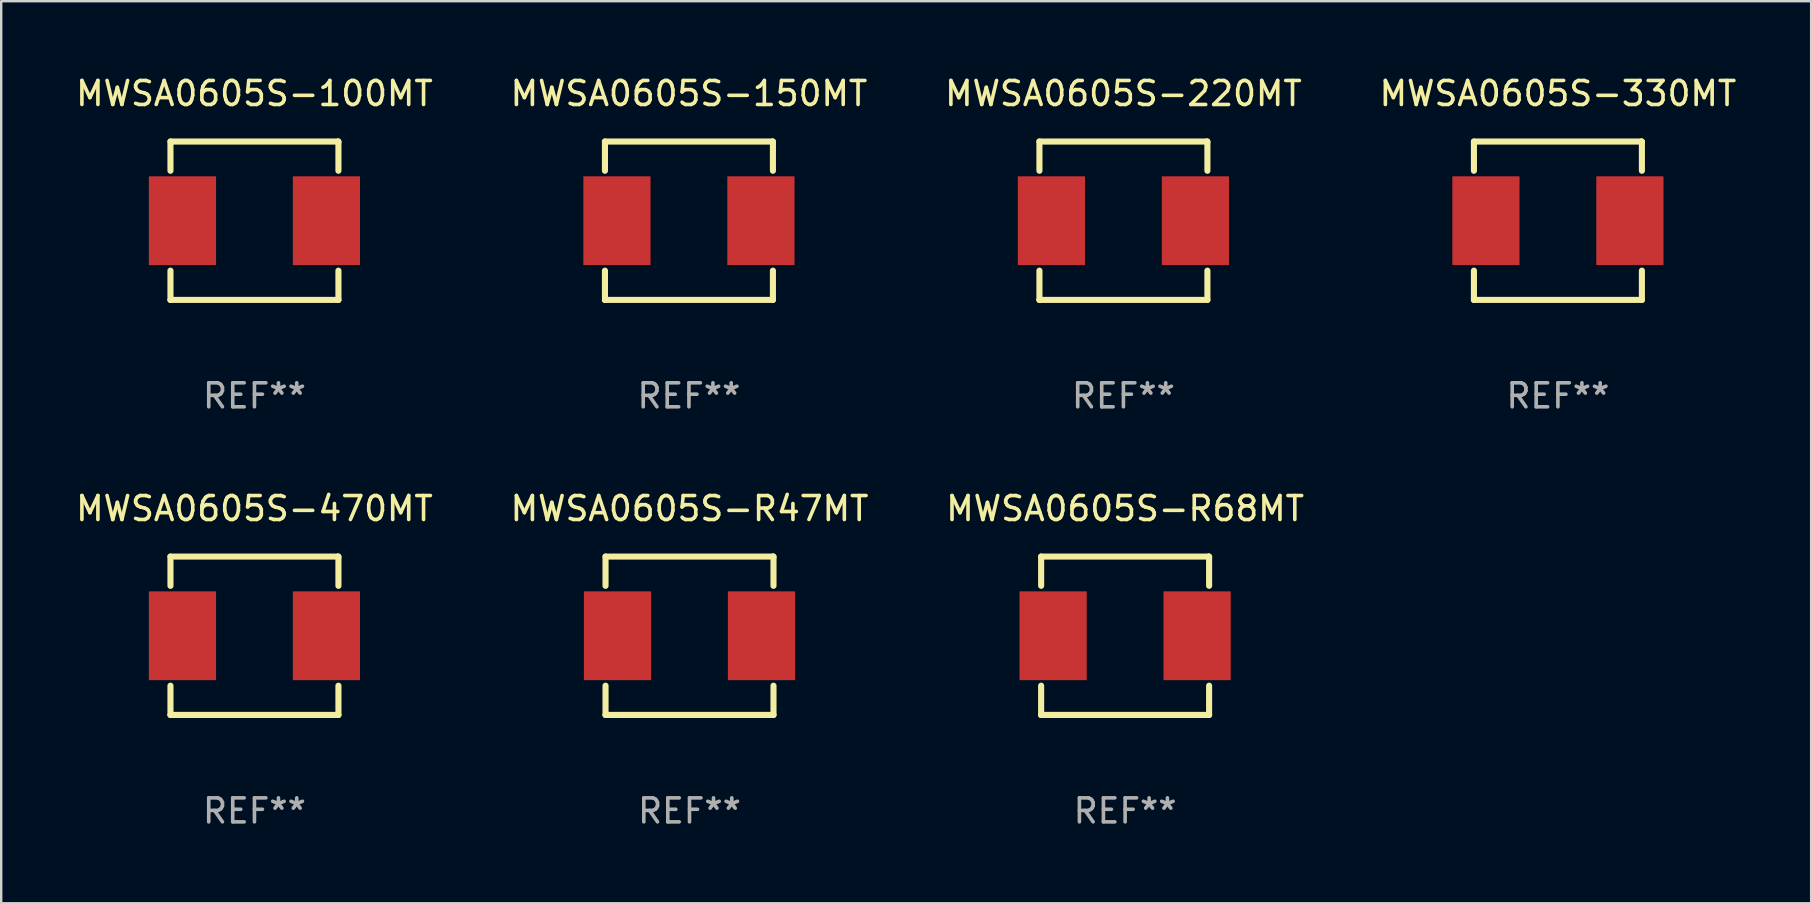
<source format=kicad_pcb>
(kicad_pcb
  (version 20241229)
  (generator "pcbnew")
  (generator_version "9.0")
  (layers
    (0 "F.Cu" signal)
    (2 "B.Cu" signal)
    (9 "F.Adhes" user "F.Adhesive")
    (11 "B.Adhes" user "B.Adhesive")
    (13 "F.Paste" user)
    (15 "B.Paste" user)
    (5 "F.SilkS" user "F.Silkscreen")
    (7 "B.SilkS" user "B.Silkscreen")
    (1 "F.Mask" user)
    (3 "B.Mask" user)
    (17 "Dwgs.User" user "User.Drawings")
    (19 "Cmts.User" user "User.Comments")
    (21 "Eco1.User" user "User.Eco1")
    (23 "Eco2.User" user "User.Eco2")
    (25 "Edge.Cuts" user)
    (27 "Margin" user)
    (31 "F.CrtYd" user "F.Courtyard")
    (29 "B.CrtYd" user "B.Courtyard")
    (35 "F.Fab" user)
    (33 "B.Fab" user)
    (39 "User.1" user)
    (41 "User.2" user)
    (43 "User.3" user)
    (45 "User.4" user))
  (footprint "MWSA0605S-470MT"
    (layer "F.Cu")
    (at 7.554 23.445)
    (property "Reference" "MWSA0605S-470MT" (at 0 -5.3 0) (layer "F.SilkS") (effects (font (size 1 1) (thickness 0.15))))
    (attr through_hole)
    (fp_line (start -3.5 -3.3) (end 3.48 -3.3) (stroke (width 0.254) (type solid)) (layer "F.SilkS"))
    (fp_line (start -3.5 -2.081) (end -3.5 -3.3) (stroke (width 0.254) (type solid)) (layer "F.SilkS"))
    (fp_line (start -3.5 3.3) (end -3.5 2.081) (stroke (width 0.254) (type solid)) (layer "F.SilkS"))
    (fp_line (start -3.49 3.3) (end -3.5 3.3) (stroke (width 0.254) (type solid)) (layer "F.SilkS"))
    (fp_line (start 3.48 -3.3) (end 3.5 -3.28) (stroke (width 0.254) (type solid)) (layer "F.SilkS"))
    (fp_line (start 3.5 -3.3) (end 3.5 -2.081) (stroke (width 0.254) (type solid)) (layer "F.SilkS"))
    (fp_line (start 3.5 2.081) (end 3.5 3.3) (stroke (width 0.254) (type solid)) (layer "F.SilkS"))
    (fp_line (start 3.5 3.3) (end -3.49 3.3) (stroke (width 0.254) (type solid)) (layer "F.SilkS"))
    (fp_circle (center -3.5 3.3) (end -3.47 3.3) (stroke (width 0.06) (type solid)) (fill no) (layer "F.SilkS"))
    (fp_text user "REF**" (at 0 7.3 0) (layer "F.Fab") (effects (font (size 1 1) (thickness 0.15))))
    (pad "1" smd rect (at -3 0) (size 2.8 3.7) (layers "F.Cu" "F.Mask" "F.Paste"))
    (pad "2" smd rect (at 3 0) (size 2.8 3.7) (layers "F.Cu" "F.Mask" "F.Paste")))
  (footprint "MWSA0605S-330MT"
    (layer "F.Cu")
    (at 61.875 6.148)
    (property "Reference" "MWSA0605S-330MT" (at 0 -5.3 0) (layer "F.SilkS") (effects (font (size 1 1) (thickness 0.15))))
    (attr through_hole)
    (fp_line (start -3.5 -3.3) (end 3.48 -3.3) (stroke (width 0.254) (type solid)) (layer "F.SilkS"))
    (fp_line (start -3.5 -2.081) (end -3.5 -3.3) (stroke (width 0.254) (type solid)) (layer "F.SilkS"))
    (fp_line (start -3.5 3.3) (end -3.5 2.081) (stroke (width 0.254) (type solid)) (layer "F.SilkS"))
    (fp_line (start -3.49 3.3) (end -3.5 3.3) (stroke (width 0.254) (type solid)) (layer "F.SilkS"))
    (fp_line (start 3.48 -3.3) (end 3.5 -3.28) (stroke (width 0.254) (type solid)) (layer "F.SilkS"))
    (fp_line (start 3.5 -3.3) (end 3.5 -2.081) (stroke (width 0.254) (type solid)) (layer "F.SilkS"))
    (fp_line (start 3.5 2.081) (end 3.5 3.3) (stroke (width 0.254) (type solid)) (layer "F.SilkS"))
    (fp_line (start 3.5 3.3) (end -3.49 3.3) (stroke (width 0.254) (type solid)) (layer "F.SilkS"))
    (fp_circle (center -3.5 3.3) (end -3.47 3.3) (stroke (width 0.06) (type solid)) (fill no) (layer "F.SilkS"))
    (fp_text user "REF**" (at 0 7.3 0) (layer "F.Fab") (effects (font (size 1 1) (thickness 0.15))))
    (pad "1" smd rect (at -3 0) (size 2.8 3.7) (layers "F.Cu" "F.Mask" "F.Paste"))
    (pad "2" smd rect (at 3 0) (size 2.8 3.7) (layers "F.Cu" "F.Mask" "F.Paste")))
  (footprint "MWSA0605S-150MT"
    (layer "F.Cu")
    (at 25.661 6.148)
    (property "Reference" "MWSA0605S-150MT" (at 0 -5.3 0) (layer "F.SilkS") (effects (font (size 1 1) (thickness 0.15))))
    (attr through_hole)
    (fp_line (start -3.5 -3.3) (end 3.48 -3.3) (stroke (width 0.254) (type solid)) (layer "F.SilkS"))
    (fp_line (start -3.5 -2.081) (end -3.5 -3.3) (stroke (width 0.254) (type solid)) (layer "F.SilkS"))
    (fp_line (start -3.5 3.3) (end -3.5 2.081) (stroke (width 0.254) (type solid)) (layer "F.SilkS"))
    (fp_line (start -3.49 3.3) (end -3.5 3.3) (stroke (width 0.254) (type solid)) (layer "F.SilkS"))
    (fp_line (start 3.48 -3.3) (end 3.5 -3.28) (stroke (width 0.254) (type solid)) (layer "F.SilkS"))
    (fp_line (start 3.5 -3.3) (end 3.5 -2.081) (stroke (width 0.254) (type solid)) (layer "F.SilkS"))
    (fp_line (start 3.5 2.081) (end 3.5 3.3) (stroke (width 0.254) (type solid)) (layer "F.SilkS"))
    (fp_line (start 3.5 3.3) (end -3.49 3.3) (stroke (width 0.254) (type solid)) (layer "F.SilkS"))
    (fp_circle (center -3.5 3.3) (end -3.47 3.3) (stroke (width 0.06) (type solid)) (fill no) (layer "F.SilkS"))
    (fp_text user "REF**" (at 0 7.3 0) (layer "F.Fab") (effects (font (size 1 1) (thickness 0.15))))
    (pad "1" smd rect (at -3 0) (size 2.8 3.7) (layers "F.Cu" "F.Mask" "F.Paste"))
    (pad "2" smd rect (at 3 0) (size 2.8 3.7) (layers "F.Cu" "F.Mask" "F.Paste")))
  (footprint "MWSA0605S-220MT"
    (layer "F.Cu")
    (at 43.768 6.148)
    (property "Reference" "MWSA0605S-220MT" (at 0 -5.3 0) (layer "F.SilkS") (effects (font (size 1 1) (thickness 0.15))))
    (attr through_hole)
    (fp_line (start -3.5 -3.3) (end 3.48 -3.3) (stroke (width 0.254) (type solid)) (layer "F.SilkS"))
    (fp_line (start -3.5 -2.081) (end -3.5 -3.3) (stroke (width 0.254) (type solid)) (layer "F.SilkS"))
    (fp_line (start -3.5 3.3) (end -3.5 2.081) (stroke (width 0.254) (type solid)) (layer "F.SilkS"))
    (fp_line (start -3.49 3.3) (end -3.5 3.3) (stroke (width 0.254) (type solid)) (layer "F.SilkS"))
    (fp_line (start 3.48 -3.3) (end 3.5 -3.28) (stroke (width 0.254) (type solid)) (layer "F.SilkS"))
    (fp_line (start 3.5 -3.3) (end 3.5 -2.081) (stroke (width 0.254) (type solid)) (layer "F.SilkS"))
    (fp_line (start 3.5 2.081) (end 3.5 3.3) (stroke (width 0.254) (type solid)) (layer "F.SilkS"))
    (fp_line (start 3.5 3.3) (end -3.49 3.3) (stroke (width 0.254) (type solid)) (layer "F.SilkS"))
    (fp_circle (center -3.5 3.3) (end -3.47 3.3) (stroke (width 0.06) (type solid)) (fill no) (layer "F.SilkS"))
    (fp_text user "REF**" (at 0 7.3 0) (layer "F.Fab") (effects (font (size 1 1) (thickness 0.15))))
    (pad "1" smd rect (at -3 0) (size 2.8 3.7) (layers "F.Cu" "F.Mask" "F.Paste"))
    (pad "2" smd rect (at 3 0) (size 2.8 3.7) (layers "F.Cu" "F.Mask" "F.Paste")))
  (footprint "MWSA0605S-100MT"
    (layer "F.Cu")
    (at 7.554 6.148)
    (property "Reference" "MWSA0605S-100MT" (at 0 -5.3 0) (layer "F.SilkS") (effects (font (size 1 1) (thickness 0.15))))
    (attr through_hole)
    (fp_line (start -3.5 -3.3) (end 3.48 -3.3) (stroke (width 0.254) (type solid)) (layer "F.SilkS"))
    (fp_line (start -3.5 -2.081) (end -3.5 -3.3) (stroke (width 0.254) (type solid)) (layer "F.SilkS"))
    (fp_line (start -3.5 3.3) (end -3.5 2.081) (stroke (width 0.254) (type solid)) (layer "F.SilkS"))
    (fp_line (start -3.49 3.3) (end -3.5 3.3) (stroke (width 0.254) (type solid)) (layer "F.SilkS"))
    (fp_line (start 3.48 -3.3) (end 3.5 -3.28) (stroke (width 0.254) (type solid)) (layer "F.SilkS"))
    (fp_line (start 3.5 -3.3) (end 3.5 -2.081) (stroke (width 0.254) (type solid)) (layer "F.SilkS"))
    (fp_line (start 3.5 2.081) (end 3.5 3.3) (stroke (width 0.254) (type solid)) (layer "F.SilkS"))
    (fp_line (start 3.5 3.3) (end -3.49 3.3) (stroke (width 0.254) (type solid)) (layer "F.SilkS"))
    (fp_circle (center -3.5 3.3) (end -3.47 3.3) (stroke (width 0.06) (type solid)) (fill no) (layer "F.SilkS"))
    (fp_text user "REF**" (at 0 7.3 0) (layer "F.Fab") (effects (font (size 1 1) (thickness 0.15))))
    (pad "1" smd rect (at -3 0) (size 2.8 3.7) (layers "F.Cu" "F.Mask" "F.Paste"))
    (pad "2" smd rect (at 3 0) (size 2.8 3.7) (layers "F.Cu" "F.Mask" "F.Paste")))
  (footprint "MWSA0605S-R68MT"
    (layer "F.Cu")
    (at 43.839 23.445)
    (property "Reference" "MWSA0605S-R68MT" (at 0 -5.3 0) (layer "F.SilkS") (effects (font (size 1 1) (thickness 0.15))))
    (attr through_hole)
    (fp_line (start -3.5 -3.3) (end 3.48 -3.3) (stroke (width 0.254) (type solid)) (layer "F.SilkS"))
    (fp_line (start -3.5 -2.081) (end -3.5 -3.3) (stroke (width 0.254) (type solid)) (layer "F.SilkS"))
    (fp_line (start -3.5 3.3) (end -3.5 2.081) (stroke (width 0.254) (type solid)) (layer "F.SilkS"))
    (fp_line (start -3.49 3.3) (end -3.5 3.3) (stroke (width 0.254) (type solid)) (layer "F.SilkS"))
    (fp_line (start 3.48 -3.3) (end 3.5 -3.28) (stroke (width 0.254) (type solid)) (layer "F.SilkS"))
    (fp_line (start 3.5 -3.3) (end 3.5 -2.081) (stroke (width 0.254) (type solid)) (layer "F.SilkS"))
    (fp_line (start 3.5 2.081) (end 3.5 3.3) (stroke (width 0.254) (type solid)) (layer "F.SilkS"))
    (fp_line (start 3.5 3.3) (end -3.49 3.3) (stroke (width 0.254) (type solid)) (layer "F.SilkS"))
    (fp_circle (center -3.5 3.3) (end -3.47 3.3) (stroke (width 0.06) (type solid)) (fill no) (layer "F.SilkS"))
    (fp_text user "REF**" (at 0 7.3 0) (layer "F.Fab") (effects (font (size 1 1) (thickness 0.15))))
    (pad "1" smd rect (at -3 0) (size 2.8 3.7) (layers "F.Cu" "F.Mask" "F.Paste"))
    (pad "2" smd rect (at 3 0) (size 2.8 3.7) (layers "F.Cu" "F.Mask" "F.Paste")))
  (footprint "MWSA0605S-R47MT"
    (layer "F.Cu")
    (at 25.685 23.445)
    (property "Reference" "MWSA0605S-R47MT" (at 0 -5.3 0) (layer "F.SilkS") (effects (font (size 1 1) (thickness 0.15))))
    (attr through_hole)
    (fp_line (start -3.5 -3.3) (end 3.48 -3.3) (stroke (width 0.254) (type solid)) (layer "F.SilkS"))
    (fp_line (start -3.5 -2.081) (end -3.5 -3.3) (stroke (width 0.254) (type solid)) (layer "F.SilkS"))
    (fp_line (start -3.5 3.3) (end -3.5 2.081) (stroke (width 0.254) (type solid)) (layer "F.SilkS"))
    (fp_line (start -3.49 3.3) (end -3.5 3.3) (stroke (width 0.254) (type solid)) (layer "F.SilkS"))
    (fp_line (start 3.48 -3.3) (end 3.5 -3.28) (stroke (width 0.254) (type solid)) (layer "F.SilkS"))
    (fp_line (start 3.5 -3.3) (end 3.5 -2.081) (stroke (width 0.254) (type solid)) (layer "F.SilkS"))
    (fp_line (start 3.5 2.081) (end 3.5 3.3) (stroke (width 0.254) (type solid)) (layer "F.SilkS"))
    (fp_line (start 3.5 3.3) (end -3.49 3.3) (stroke (width 0.254) (type solid)) (layer "F.SilkS"))
    (fp_circle (center -3.5 3.3) (end -3.47 3.3) (stroke (width 0.06) (type solid)) (fill no) (layer "F.SilkS"))
    (fp_text user "REF**" (at 0 7.3 0) (layer "F.Fab") (effects (font (size 1 1) (thickness 0.15))))
    (pad "1" smd rect (at -3 0) (size 2.8 3.7) (layers "F.Cu" "F.Mask" "F.Paste"))
    (pad "2" smd rect (at 3 0) (size 2.8 3.7) (layers "F.Cu" "F.Mask" "F.Paste")))
  (gr_rect
    (start -3 -3)
    (end 72.429 34.593)
    (stroke (width 0.1) (type default))
    (fill no)
    (layer "Edge.Cuts")))
</source>
